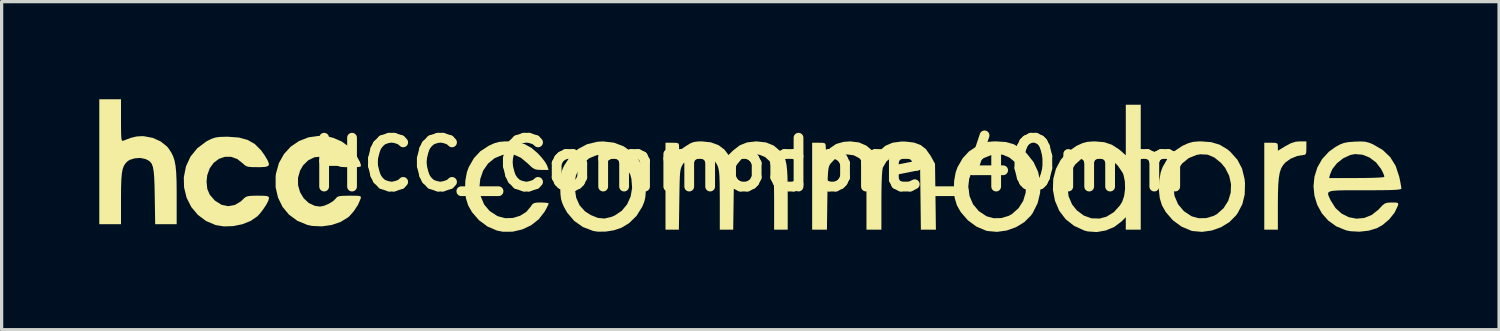
<source format=kicad_pcb>
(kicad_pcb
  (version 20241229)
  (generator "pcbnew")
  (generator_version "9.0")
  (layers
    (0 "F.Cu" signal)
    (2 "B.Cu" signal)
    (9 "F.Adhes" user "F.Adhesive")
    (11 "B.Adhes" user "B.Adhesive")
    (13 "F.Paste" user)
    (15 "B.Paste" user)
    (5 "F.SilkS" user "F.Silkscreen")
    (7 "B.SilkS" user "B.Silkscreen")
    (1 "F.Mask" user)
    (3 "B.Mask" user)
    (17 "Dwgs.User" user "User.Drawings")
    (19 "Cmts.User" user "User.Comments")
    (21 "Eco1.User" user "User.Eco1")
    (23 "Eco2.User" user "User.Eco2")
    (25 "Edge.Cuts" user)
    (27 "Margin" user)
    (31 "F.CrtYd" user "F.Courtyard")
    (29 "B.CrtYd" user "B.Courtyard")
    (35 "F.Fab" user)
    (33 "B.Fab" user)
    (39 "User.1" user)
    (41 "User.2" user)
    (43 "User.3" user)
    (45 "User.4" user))
  (footprint "HCC_Commodore_40mm"
    (layer "F.Cu")
    (at 19.978 2.002)
    (property "Reference" "HCC_Commodore_40mm" (at 0 0 0) (layer "F.SilkS") (effects (font (size 1.5 1.5) (thickness 0.3))))
    (attr board_only exclude_from_pos_files exclude_from_bom)
    (fp_poly (pts (xy -10.319 -1.918) (xy -10.118 -1.835) (xy -10.099 -1.823) (xy -9.88 -1.634) (xy -9.727 -1.41) (xy -9.638 -1.164) (xy -9.614 -0.908) (xy -9.653 -0.655) (xy -9.755 -0.418) (xy -9.92 -0.211) (xy -10.146 -0.046) (xy -10.174 -0.031) (xy -10.43 0.058) (xy -10.701 0.085) (xy -10.962 0.047) (xy -11.074 0.005) (xy -11.307 -0.141) (xy -11.481 -0.332) (xy -11.493 -0.355) (xy -10.719 -0.355) (xy -10.699 -0.273) (xy -10.635 -0.25) (xy -10.57 -0.275) (xy -10.552 -0.355) (xy -10.572 -0.436) (xy -10.635 -0.459) (xy -10.701 -0.434) (xy -10.719 -0.355) (xy -11.493 -0.355) (xy -11.599 -0.557) (xy -11.659 -0.801) (xy -11.662 -1.052) (xy -11.651 -1.105) (xy -10.719 -1.105) (xy -10.718 -0.899) (xy -10.714 -0.762) (xy -10.704 -0.681) (xy -10.685 -0.64) (xy -10.656 -0.627) (xy -10.635 -0.626) (xy -10.6 -0.631) (xy -10.576 -0.655) (xy -10.562 -0.714) (xy -10.555 -0.82) (xy -10.552 -0.988) (xy -10.552 -1.105) (xy -10.553 -1.311) (xy -10.557 -1.448) (xy -10.567 -1.53) (xy -10.586 -1.57) (xy -10.615 -1.584) (xy -10.635 -1.585) (xy -10.671 -1.58) (xy -10.695 -1.555) (xy -10.709 -1.497) (xy -10.716 -1.391) (xy -10.719 -1.223) (xy -10.719 -1.105) (xy -11.651 -1.105) (xy -11.609 -1.297) (xy -11.5 -1.523) (xy -11.335 -1.716) (xy -11.114 -1.864) (xy -11.032 -1.9) (xy -10.807 -1.953) (xy -10.559 -1.958)) (stroke (width 0) (type solid)) (fill yes) (layer "F.Mask"))
    (fp_poly (pts (xy 17.1 -0.5) (xy 17.096 -0.376) (xy 17.078 -0.314) (xy 17.037 -0.293) (xy 17.011 -0.292) (xy 16.816 -0.26) (xy 16.616 -0.177) (xy 16.454 -0.06) (xy 16.452 -0.058) (xy 16.379 0.027) (xy 16.323 0.126) (xy 16.282 0.251) (xy 16.254 0.414) (xy 16.236 0.625) (xy 16.227 0.897) (xy 16.224 1.228) (xy 16.224 2.002) (xy 16.016 2.002) (xy 15.807 2.002) (xy 15.807 0.667) (xy 15.807 -0.667) (xy 16.016 -0.667) (xy 16.139 -0.665) (xy 16.201 -0.648) (xy 16.222 -0.604) (xy 16.224 -0.545) (xy 16.224 -0.423) (xy 16.462 -0.566) (xy 16.63 -0.655) (xy 16.773 -0.699) (xy 16.9 -0.709) (xy 17.1 -0.709)) (stroke (width 0) (type solid)) (fill yes) (layer "F.SilkS"))
    (fp_poly (pts (xy -19.311 -1.351) (xy -19.31 -1.105) (xy -19.307 -0.931) (xy -19.301 -0.818) (xy -19.29 -0.754) (xy -19.273 -0.727) (xy -19.248 -0.727) (xy -19.238 -0.731) (xy -19.017 -0.815) (xy -18.835 -0.86) (xy -18.664 -0.87) (xy -18.601 -0.867) (xy -18.333 -0.816) (xy -18.092 -0.707) (xy -17.899 -0.552) (xy -17.847 -0.488) (xy -17.77 -0.372) (xy -17.711 -0.254) (xy -17.667 -0.12) (xy -17.636 0.042) (xy -17.616 0.244) (xy -17.605 0.499) (xy -17.601 0.82) (xy -17.601 0.967) (xy -17.601 1.835) (xy -17.931 1.835) (xy -18.261 1.835) (xy -18.275 0.97) (xy -18.281 0.649) (xy -18.291 0.401) (xy -18.307 0.214) (xy -18.331 0.079) (xy -18.366 -0.017) (xy -18.416 -0.083) (xy -18.482 -0.13) (xy -18.563 -0.168) (xy -18.716 -0.2) (xy -18.889 -0.189) (xy -19.044 -0.141) (xy -19.111 -0.097) (xy -19.177 -0.03) (xy -19.226 0.049) (xy -19.262 0.15) (xy -19.286 0.287) (xy -19.301 0.47) (xy -19.309 0.713) (xy -19.311 1.026) (xy -19.311 1.041) (xy -19.311 1.835) (xy -19.644 1.835) (xy -19.978 1.835) (xy -19.978 -0.083) (xy -19.978 -2.002) (xy -19.644 -2.002) (xy -19.311 -2.002)) (stroke (width 0) (type solid)) (fill yes) (layer "F.SilkS"))
    (fp_poly (pts (xy 7.862 -0.69) (xy 8.103 -0.625) (xy 8.316 -0.506) (xy 8.512 -0.336) (xy 8.721 -0.072) (xy 8.859 0.225) (xy 8.927 0.543) (xy 8.922 0.869) (xy 8.845 1.188) (xy 8.695 1.489) (xy 8.638 1.57) (xy 8.436 1.771) (xy 8.182 1.926) (xy 7.896 2.028) (xy 7.599 2.07) (xy 7.311 2.045) (xy 7.255 2.031) (xy 6.963 1.907) (xy 6.701 1.714) (xy 6.486 1.466) (xy 6.366 1.256) (xy 6.299 1.036) (xy 6.271 0.772) (xy 6.274 0.679) (xy 6.715 0.679) (xy 6.753 0.97) (xy 6.862 1.224) (xy 7.039 1.434) (xy 7.278 1.592) (xy 7.491 1.651) (xy 7.725 1.647) (xy 7.951 1.581) (xy 8.054 1.525) (xy 8.259 1.343) (xy 8.401 1.12) (xy 8.477 0.87) (xy 8.488 0.608) (xy 8.432 0.348) (xy 8.307 0.104) (xy 8.181 -0.047) (xy 7.976 -0.214) (xy 7.769 -0.301) (xy 7.547 -0.313) (xy 7.425 -0.292) (xy 7.186 -0.194) (xy 6.987 -0.031) (xy 6.836 0.185) (xy 6.742 0.44) (xy 6.715 0.679) (xy 6.274 0.679) (xy 6.281 0.496) (xy 6.329 0.237) (xy 6.385 0.082) (xy 6.544 -0.193) (xy 6.739 -0.403) (xy 6.986 -0.566) (xy 7.016 -0.582) (xy 7.18 -0.655) (xy 7.323 -0.694) (xy 7.489 -0.708) (xy 7.569 -0.709)) (stroke (width 0) (type solid)) (fill yes) (layer "F.SilkS"))
    (fp_poly (pts (xy 14.175 -0.685) (xy 14.435 -0.608) (xy 14.666 -0.47) (xy 14.762 -0.39) (xy 14.979 -0.149) (xy 15.124 0.126) (xy 15.202 0.445) (xy 15.215 0.585) (xy 15.206 0.922) (xy 15.134 1.218) (xy 14.993 1.489) (xy 14.936 1.568) (xy 14.734 1.771) (xy 14.48 1.927) (xy 14.193 2.029) (xy 13.895 2.07) (xy 13.607 2.045) (xy 13.553 2.031) (xy 13.261 1.907) (xy 12.999 1.714) (xy 12.784 1.466) (xy 12.664 1.256) (xy 12.597 1.036) (xy 12.568 0.772) (xy 12.572 0.679) (xy 13.013 0.679) (xy 13.051 0.97) (xy 13.16 1.224) (xy 13.337 1.434) (xy 13.576 1.592) (xy 13.789 1.651) (xy 14.023 1.647) (xy 14.249 1.581) (xy 14.352 1.525) (xy 14.557 1.343) (xy 14.698 1.12) (xy 14.775 0.87) (xy 14.786 0.608) (xy 14.729 0.348) (xy 14.605 0.104) (xy 14.479 -0.047) (xy 14.274 -0.214) (xy 14.067 -0.301) (xy 13.844 -0.313) (xy 13.723 -0.292) (xy 13.484 -0.194) (xy 13.285 -0.031) (xy 13.133 0.185) (xy 13.04 0.44) (xy 13.013 0.679) (xy 12.572 0.679) (xy 12.579 0.496) (xy 12.627 0.237) (xy 12.683 0.082) (xy 12.842 -0.193) (xy 13.037 -0.403) (xy 13.284 -0.566) (xy 13.314 -0.582) (xy 13.478 -0.655) (xy 13.621 -0.694) (xy 13.787 -0.708) (xy 13.867 -0.709)) (stroke (width 0) (type solid)) (fill yes) (layer "F.SilkS"))
    (fp_poly (pts (xy 12.012 0.083) (xy 12.012 2.002) (xy 11.782 2.002) (xy 11.553 2.002) (xy 11.553 1.811) (xy 11.553 1.62) (xy 11.423 1.75) (xy 11.202 1.917) (xy 10.94 2.027) (xy 10.66 2.076) (xy 10.385 2.057) (xy 10.281 2.03) (xy 9.964 1.885) (xy 9.707 1.683) (xy 9.51 1.424) (xy 9.378 1.116) (xy 9.314 0.777) (xy 9.317 0.688) (xy 9.761 0.688) (xy 9.796 0.977) (xy 9.903 1.227) (xy 10.05 1.411) (xy 10.262 1.569) (xy 10.499 1.654) (xy 10.748 1.661) (xy 10.96 1.604) (xy 11.186 1.465) (xy 11.372 1.26) (xy 11.441 1.147) (xy 11.503 0.968) (xy 11.531 0.749) (xy 11.525 0.523) (xy 11.484 0.324) (xy 11.453 0.25) (xy 11.306 0.033) (xy 11.12 -0.142) (xy 10.917 -0.256) (xy 10.874 -0.271) (xy 10.623 -0.306) (xy 10.387 -0.267) (xy 10.175 -0.161) (xy 9.997 0.003) (xy 9.862 0.217) (xy 9.781 0.472) (xy 9.761 0.688) (xy 9.317 0.688) (xy 9.325 0.446) (xy 9.407 0.136) (xy 9.555 -0.144) (xy 9.766 -0.383) (xy 10.034 -0.568) (xy 10.061 -0.582) (xy 10.225 -0.655) (xy 10.368 -0.694) (xy 10.534 -0.707) (xy 10.611 -0.708) (xy 10.891 -0.684) (xy 11.127 -0.605) (xy 11.346 -0.463) (xy 11.399 -0.418) (xy 11.553 -0.283) (xy 11.553 -1.059) (xy 11.553 -1.835) (xy 11.782 -1.835) (xy 12.012 -1.835)) (stroke (width 0) (type solid)) (fill yes) (layer "F.SilkS"))
    (fp_poly (pts (xy -7.153 -0.69) (xy -6.912 -0.625) (xy -6.699 -0.506) (xy -6.503 -0.337) (xy -6.384 -0.206) (xy -6.286 -0.078) (xy -6.227 0.022) (xy -6.224 0.031) (xy -6.177 0.167) (xy -6.398 0.167) (xy -6.52 0.163) (xy -6.608 0.141) (xy -6.69 0.089) (xy -6.793 -0.007) (xy -6.824 -0.037) (xy -7.027 -0.206) (xy -7.228 -0.297) (xy -7.441 -0.316) (xy -7.592 -0.292) (xy -7.836 -0.193) (xy -8.036 -0.029) (xy -8.186 0.187) (xy -8.276 0.445) (xy -8.299 0.677) (xy -8.263 0.975) (xy -8.158 1.227) (xy -7.987 1.431) (xy -7.751 1.583) (xy -7.73 1.592) (xy -7.507 1.65) (xy -7.274 1.643) (xy -7.051 1.576) (xy -6.86 1.455) (xy -6.722 1.29) (xy -6.675 1.221) (xy -6.618 1.184) (xy -6.525 1.17) (xy -6.413 1.168) (xy -6.284 1.173) (xy -6.197 1.186) (xy -6.173 1.199) (xy -6.193 1.249) (xy -6.243 1.348) (xy -6.3 1.452) (xy -6.479 1.683) (xy -6.713 1.867) (xy -6.987 1.996) (xy -7.282 2.065) (xy -7.583 2.066) (xy -7.76 2.031) (xy -8.052 1.907) (xy -8.313 1.714) (xy -8.529 1.466) (xy -8.648 1.256) (xy -8.716 1.036) (xy -8.744 0.772) (xy -8.734 0.496) (xy -8.686 0.237) (xy -8.629 0.082) (xy -8.471 -0.193) (xy -8.276 -0.403) (xy -8.029 -0.566) (xy -7.999 -0.582) (xy -7.835 -0.655) (xy -7.692 -0.694) (xy -7.526 -0.708) (xy -7.446 -0.709)) (stroke (width 0) (type solid)) (fill yes) (layer "F.SilkS"))
    (fp_poly (pts (xy -12.91 -0.847) (xy -12.793 -0.818) (xy -12.53 -0.704) (xy -12.294 -0.532) (xy -12.102 -0.316) (xy -11.972 -0.075) (xy -11.95 -0.01) (xy -11.94 0.035) (xy -11.954 0.063) (xy -12.006 0.077) (xy -12.113 0.083) (xy -12.274 0.083) (xy -12.448 0.082) (xy -12.562 0.073) (xy -12.64 0.049) (xy -12.708 0.003) (xy -12.777 -0.059) (xy -12.966 -0.188) (xy -13.168 -0.241) (xy -13.369 -0.221) (xy -13.556 -0.131) (xy -13.716 0.025) (xy -13.81 0.186) (xy -13.874 0.411) (xy -13.872 0.638) (xy -13.811 0.852) (xy -13.699 1.038) (xy -13.545 1.183) (xy -13.355 1.272) (xy -13.196 1.293) (xy -13.072 1.268) (xy -12.928 1.207) (xy -12.796 1.126) (xy -12.711 1.043) (xy -12.711 1.042) (xy -12.676 1.002) (xy -12.62 0.977) (xy -12.524 0.964) (xy -12.371 0.96) (xy -12.291 0.959) (xy -12.116 0.96) (xy -12.009 0.965) (xy -11.956 0.979) (xy -11.941 1.006) (xy -11.95 1.05) (xy -11.951 1.053) (xy -12.032 1.24) (xy -12.158 1.433) (xy -12.301 1.595) (xy -12.333 1.622) (xy -12.563 1.764) (xy -12.841 1.859) (xy -13.141 1.901) (xy -13.439 1.888) (xy -13.589 1.856) (xy -13.894 1.73) (xy -14.149 1.543) (xy -14.349 1.303) (xy -14.488 1.019) (xy -14.561 0.703) (xy -14.562 0.361) (xy -14.55 0.277) (xy -14.461 -0.042) (xy -14.306 -0.319) (xy -14.097 -0.548) (xy -13.842 -0.721) (xy -13.553 -0.833) (xy -13.239 -0.877)) (stroke (width 0) (type solid)) (fill yes) (layer "F.SilkS"))
    (fp_poly (pts (xy -15.69 -0.827) (xy -15.423 -0.755) (xy -15.201 -0.628) (xy -15.012 -0.439) (xy -14.9 -0.282) (xy -14.805 -0.122) (xy -14.765 -0.017) (xy -14.785 0.044) (xy -14.874 0.074) (xy -15.037 0.083) (xy -15.112 0.083) (xy -15.286 0.081) (xy -15.399 0.071) (xy -15.472 0.048) (xy -15.529 0.006) (xy -15.56 -0.025) (xy -15.739 -0.167) (xy -15.931 -0.235) (xy -16.123 -0.235) (xy -16.304 -0.172) (xy -16.462 -0.053) (xy -16.586 0.117) (xy -16.663 0.332) (xy -16.683 0.53) (xy -16.661 0.751) (xy -16.585 0.929) (xy -16.443 1.093) (xy -16.415 1.118) (xy -16.222 1.239) (xy -16.017 1.281) (xy -15.815 1.245) (xy -15.626 1.131) (xy -15.577 1.083) (xy -15.513 1.022) (xy -15.451 0.985) (xy -15.368 0.967) (xy -15.241 0.96) (xy -15.111 0.959) (xy -14.94 0.961) (xy -14.836 0.969) (xy -14.784 0.987) (xy -14.766 1.019) (xy -14.765 1.035) (xy -14.79 1.124) (xy -14.858 1.25) (xy -14.952 1.391) (xy -15.057 1.524) (xy -15.124 1.593) (xy -15.326 1.733) (xy -15.581 1.835) (xy -15.863 1.893) (xy -16.148 1.903) (xy -16.402 1.862) (xy -16.698 1.737) (xy -16.951 1.548) (xy -17.153 1.306) (xy -17.296 1.022) (xy -17.374 0.705) (xy -17.382 0.396) (xy -17.315 0.058) (xy -17.176 -0.242) (xy -16.968 -0.498) (xy -16.696 -0.703) (xy -16.63 -0.739) (xy -16.515 -0.794) (xy -16.411 -0.827) (xy -16.29 -0.845) (xy -16.127 -0.851) (xy -16.016 -0.851)) (stroke (width 0) (type solid)) (fill yes) (layer "F.SilkS"))
    (fp_poly (pts (xy -4.17 -0.67) (xy -3.871 -0.557) (xy -3.612 -0.373) (xy -3.4 -0.122) (xy -3.313 0.029) (xy -3.254 0.154) (xy -3.218 0.264) (xy -3.199 0.385) (xy -3.191 0.546) (xy -3.191 0.667) (xy -3.194 0.87) (xy -3.207 1.018) (xy -3.236 1.139) (xy -3.284 1.261) (xy -3.3 1.297) (xy -3.475 1.578) (xy -3.705 1.803) (xy -3.941 1.945) (xy -4.168 2.021) (xy -4.422 2.062) (xy -4.667 2.064) (xy -4.807 2.042) (xy -5.12 1.923) (xy -5.388 1.735) (xy -5.603 1.484) (xy -5.709 1.297) (xy -5.763 1.17) (xy -5.796 1.051) (xy -5.812 0.914) (xy -5.818 0.729) (xy -5.818 0.667) (xy -5.816 0.564) (xy -5.373 0.564) (xy -5.373 0.734) (xy -5.329 1.022) (xy -5.225 1.255) (xy -5.058 1.44) (xy -4.885 1.552) (xy -4.664 1.641) (xy -4.46 1.661) (xy -4.247 1.611) (xy -4.146 1.568) (xy -3.931 1.425) (xy -3.766 1.226) (xy -3.657 0.986) (xy -3.611 0.721) (xy -3.632 0.446) (xy -3.667 0.316) (xy -3.779 0.102) (xy -3.95 -0.086) (xy -4.156 -0.225) (xy -4.281 -0.275) (xy -4.422 -0.311) (xy -4.53 -0.318) (xy -4.649 -0.296) (xy -4.729 -0.274) (xy -4.93 -0.19) (xy -5.092 -0.055) (xy -5.103 -0.043) (xy -5.252 0.15) (xy -5.339 0.343) (xy -5.373 0.564) (xy -5.816 0.564) (xy -5.815 0.471) (xy -5.803 0.329) (xy -5.777 0.216) (xy -5.731 0.102) (xy -5.695 0.029) (xy -5.509 -0.255) (xy -5.274 -0.473) (xy -4.995 -0.622) (xy -4.677 -0.698) (xy -4.504 -0.708)) (stroke (width 0) (type solid)) (fill yes) (layer "F.SilkS"))
    (fp_poly (pts (xy 3.356 -0.677) (xy 3.585 -0.578) (xy 3.769 -0.424) (xy 3.889 -0.298) (xy 3.989 -0.417) (xy 4.168 -0.574) (xy 4.392 -0.669) (xy 4.667 -0.705) (xy 4.79 -0.703) (xy 5.051 -0.672) (xy 5.252 -0.597) (xy 5.413 -0.47) (xy 5.55 -0.278) (xy 5.569 -0.246) (xy 5.693 -0.021) (xy 5.707 0.991) (xy 5.72 2.002) (xy 5.49 2.002) (xy 5.259 2.002) (xy 5.247 1.004) (xy 5.234 0.005) (xy 5.111 -0.123) (xy 4.938 -0.251) (xy 4.743 -0.308) (xy 4.544 -0.298) (xy 4.357 -0.225) (xy 4.2 -0.092) (xy 4.09 0.096) (xy 4.09 0.097) (xy 4.075 0.179) (xy 4.063 0.333) (xy 4.053 0.549) (xy 4.048 0.815) (xy 4.046 1.108) (xy 4.046 2.002) (xy 3.816 2.002) (xy 3.587 2.002) (xy 3.587 1.053) (xy 3.586 0.744) (xy 3.584 0.507) (xy 3.579 0.33) (xy 3.571 0.202) (xy 3.559 0.111) (xy 3.542 0.045) (xy 3.518 -0.007) (xy 3.505 -0.029) (xy 3.369 -0.192) (xy 3.197 -0.282) (xy 2.998 -0.308) (xy 2.803 -0.281) (xy 2.641 -0.193) (xy 2.49 -0.034) (xy 2.484 -0.026) (xy 2.456 0.016) (xy 2.435 0.067) (xy 2.419 0.136) (xy 2.408 0.236) (xy 2.399 0.378) (xy 2.393 0.573) (xy 2.389 0.833) (xy 2.386 1.046) (xy 2.373 2.002) (xy 2.146 2.002) (xy 1.919 2.002) (xy 1.919 0.667) (xy 1.919 -0.667) (xy 2.127 -0.667) (xy 2.251 -0.665) (xy 2.312 -0.648) (xy 2.333 -0.604) (xy 2.336 -0.542) (xy 2.342 -0.448) (xy 2.371 -0.425) (xy 2.435 -0.47) (xy 2.473 -0.505) (xy 2.655 -0.629) (xy 2.886 -0.695) (xy 3.087 -0.709)) (stroke (width 0) (type solid)) (fill yes) (layer "F.SilkS"))
    (fp_poly (pts (xy -1.193 -0.68) (xy -0.96 -0.595) (xy -0.781 -0.461) (xy -0.74 -0.412) (xy -0.651 -0.291) (xy -0.503 -0.435) (xy -0.302 -0.59) (xy -0.077 -0.678) (xy 0.193 -0.708) (xy 0.218 -0.708) (xy 0.504 -0.676) (xy 0.74 -0.58) (xy 0.931 -0.417) (xy 0.946 -0.399) (xy 1.012 -0.312) (xy 1.064 -0.223) (xy 1.103 -0.121) (xy 1.131 0.007) (xy 1.149 0.17) (xy 1.161 0.381) (xy 1.166 0.652) (xy 1.168 0.993) (xy 1.168 1.037) (xy 1.168 2.002) (xy 0.959 2.002) (xy 0.751 2.002) (xy 0.751 1.121) (xy 0.748 0.778) (xy 0.741 0.493) (xy 0.728 0.272) (xy 0.712 0.122) (xy 0.702 0.075) (xy 0.61 -0.104) (xy 0.47 -0.23) (xy 0.298 -0.3) (xy 0.11 -0.314) (xy -0.078 -0.271) (xy -0.249 -0.168) (xy -0.379 -0.016) (xy -0.412 0.04) (xy -0.437 0.096) (xy -0.455 0.165) (xy -0.468 0.259) (xy -0.478 0.389) (xy -0.484 0.568) (xy -0.489 0.808) (xy -0.493 1.074) (xy -0.506 2.002) (xy -0.712 2.002) (xy -0.918 2.002) (xy -0.918 1.095) (xy -0.92 0.789) (xy -0.923 0.555) (xy -0.928 0.379) (xy -0.938 0.249) (xy -0.953 0.152) (xy -0.973 0.077) (xy -0.998 0.014) (xy -1.105 -0.156) (xy -1.251 -0.262) (xy -1.424 -0.314) (xy -1.616 -0.309) (xy -1.807 -0.238) (xy -1.972 -0.112) (xy -2.047 -0.016) (xy -2.08 0.04) (xy -2.105 0.096) (xy -2.124 0.165) (xy -2.137 0.259) (xy -2.146 0.389) (xy -2.152 0.568) (xy -2.157 0.808) (xy -2.161 1.074) (xy -2.175 2.002) (xy -2.38 2.002) (xy -2.586 2.002) (xy -2.586 0.667) (xy -2.586 -0.667) (xy -2.377 -0.667) (xy -2.254 -0.665) (xy -2.192 -0.648) (xy -2.171 -0.604) (xy -2.169 -0.545) (xy -2.169 -0.423) (xy -1.956 -0.566) (xy -1.826 -0.647) (xy -1.716 -0.69) (xy -1.588 -0.707) (xy -1.469 -0.709)) (stroke (width 0) (type solid)) (fill yes) (layer "F.SilkS"))
    (fp_poly (pts (xy 18.901 -0.699) (xy 19.015 -0.672) (xy 19.139 -0.622) (xy 19.152 -0.616) (xy 19.448 -0.443) (xy 19.677 -0.224) (xy 19.844 0.047) (xy 19.952 0.376) (xy 19.958 0.402) (xy 19.988 0.552) (xy 20.01 0.674) (xy 20.019 0.74) (xy 20.019 0.74) (xy 20.001 0.757) (xy 19.942 0.769) (xy 19.834 0.779) (xy 19.669 0.786) (xy 19.441 0.79) (xy 19.143 0.792) (xy 18.894 0.792) (xy 18.546 0.792) (xy 18.274 0.793) (xy 18.069 0.798) (xy 17.923 0.808) (xy 17.83 0.827) (xy 17.78 0.856) (xy 17.765 0.899) (xy 17.779 0.956) (xy 17.812 1.032) (xy 17.847 1.105) (xy 17.994 1.338) (xy 18.184 1.51) (xy 18.403 1.62) (xy 18.639 1.665) (xy 18.878 1.643) (xy 19.107 1.551) (xy 19.313 1.388) (xy 19.33 1.369) (xy 19.433 1.259) (xy 19.511 1.199) (xy 19.594 1.174) (xy 19.709 1.168) (xy 19.727 1.168) (xy 19.852 1.17) (xy 19.911 1.184) (xy 19.924 1.218) (xy 19.913 1.262) (xy 19.81 1.479) (xy 19.645 1.686) (xy 19.439 1.86) (xy 19.268 1.956) (xy 19.016 2.033) (xy 18.73 2.065) (xy 18.45 2.05) (xy 18.316 2.022) (xy 18.017 1.9) (xy 17.77 1.722) (xy 17.575 1.499) (xy 17.434 1.242) (xy 17.348 0.962) (xy 17.319 0.67) (xy 17.344 0.417) (xy 17.8 0.417) (xy 18.636 0.417) (xy 18.892 0.415) (xy 19.118 0.411) (xy 19.302 0.404) (xy 19.43 0.395) (xy 19.491 0.385) (xy 19.494 0.383) (xy 19.486 0.332) (xy 19.444 0.233) (xy 19.392 0.135) (xy 19.238 -0.065) (xy 19.042 -0.212) (xy 18.822 -0.3) (xy 18.595 -0.319) (xy 18.448 -0.291) (xy 18.229 -0.188) (xy 18.038 -0.037) (xy 17.896 0.144) (xy 17.828 0.305) (xy 17.8 0.417) (xy 17.344 0.417) (xy 17.348 0.378) (xy 17.436 0.095) (xy 17.584 -0.166) (xy 17.795 -0.395) (xy 17.995 -0.539) (xy 18.131 -0.614) (xy 18.25 -0.66) (xy 18.385 -0.686) (xy 18.569 -0.7) (xy 18.581 -0.701) (xy 18.767 -0.707)) (stroke (width 0) (type solid)) (fill yes) (layer "F.SilkS")))
  (gr_rect
    (start -3 -3)
    (end 42.997 7.078)
    (stroke (width 0.1) (type default))
    (fill no)
    (layer "Edge.Cuts")))
</source>
